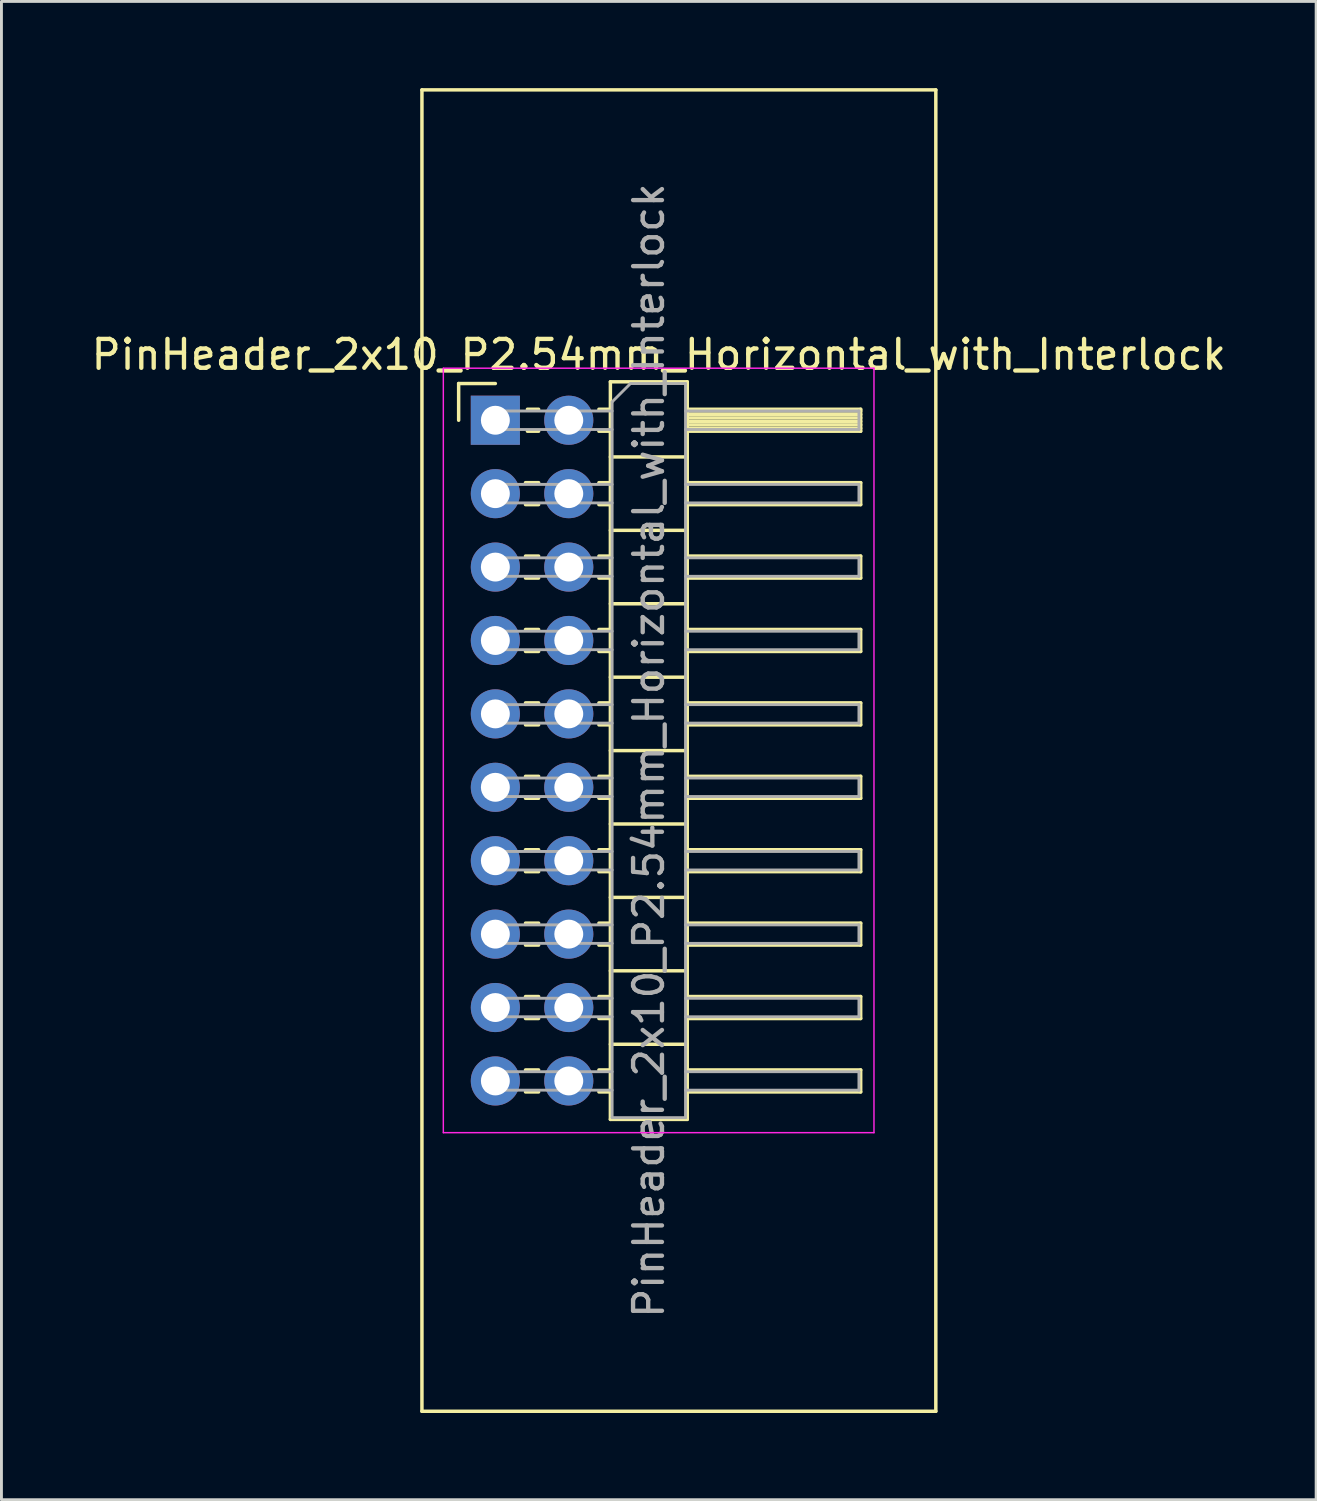
<source format=kicad_pcb>
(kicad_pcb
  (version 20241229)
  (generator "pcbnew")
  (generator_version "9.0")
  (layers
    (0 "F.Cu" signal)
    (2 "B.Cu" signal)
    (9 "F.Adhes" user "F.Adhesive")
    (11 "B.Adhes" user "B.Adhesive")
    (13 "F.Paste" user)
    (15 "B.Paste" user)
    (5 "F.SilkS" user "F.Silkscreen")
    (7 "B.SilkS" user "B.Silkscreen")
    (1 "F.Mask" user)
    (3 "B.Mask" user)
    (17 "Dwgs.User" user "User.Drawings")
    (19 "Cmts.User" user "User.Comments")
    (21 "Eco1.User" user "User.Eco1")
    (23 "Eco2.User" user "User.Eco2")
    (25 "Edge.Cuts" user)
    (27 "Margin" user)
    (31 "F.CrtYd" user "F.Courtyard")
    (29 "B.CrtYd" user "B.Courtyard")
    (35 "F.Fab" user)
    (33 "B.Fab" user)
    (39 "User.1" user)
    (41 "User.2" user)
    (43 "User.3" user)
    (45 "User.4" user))
  (footprint "PinHeader_2x10_P2.54mm_Horizontal_with_Interlock"
    (layer "F.Cu")
    (at 14.089 11.49)
    (property "Reference" "PinHeader_2x10_P2.54mm_Horizontal_with_Interlock" (at 5.655 -2.27 0) (layer "F.SilkS") (effects (font (size 1 1) (thickness 0.15))))
    (attr through_hole)
    (fp_line (start -2.54 -11.43) (end -2.54 34.29) (stroke (width 0.12) (type solid)) (layer "F.SilkS"))
    (fp_line (start -2.54 34.29) (end 15.24 34.29) (stroke (width 0.12) (type solid)) (layer "F.SilkS"))
    (fp_line (start -1.27 -1.27) (end 0 -1.27) (stroke (width 0.12) (type solid)) (layer "F.SilkS"))
    (fp_line (start -1.27 0) (end -1.27 -1.27) (stroke (width 0.12) (type solid)) (layer "F.SilkS"))
    (fp_line (start 1.043 2.16) (end 1.497 2.16) (stroke (width 0.12) (type solid)) (layer "F.SilkS"))
    (fp_line (start 1.043 2.92) (end 1.497 2.92) (stroke (width 0.12) (type solid)) (layer "F.SilkS"))
    (fp_line (start 1.043 4.7) (end 1.497 4.7) (stroke (width 0.12) (type solid)) (layer "F.SilkS"))
    (fp_line (start 1.043 5.46) (end 1.497 5.46) (stroke (width 0.12) (type solid)) (layer "F.SilkS"))
    (fp_line (start 1.043 7.24) (end 1.497 7.24) (stroke (width 0.12) (type solid)) (layer "F.SilkS"))
    (fp_line (start 1.043 8) (end 1.497 8) (stroke (width 0.12) (type solid)) (layer "F.SilkS"))
    (fp_line (start 1.043 9.78) (end 1.497 9.78) (stroke (width 0.12) (type solid)) (layer "F.SilkS"))
    (fp_line (start 1.043 10.54) (end 1.497 10.54) (stroke (width 0.12) (type solid)) (layer "F.SilkS"))
    (fp_line (start 1.043 12.32) (end 1.497 12.32) (stroke (width 0.12) (type solid)) (layer "F.SilkS"))
    (fp_line (start 1.043 13.08) (end 1.497 13.08) (stroke (width 0.12) (type solid)) (layer "F.SilkS"))
    (fp_line (start 1.043 14.86) (end 1.497 14.86) (stroke (width 0.12) (type solid)) (layer "F.SilkS"))
    (fp_line (start 1.043 15.62) (end 1.497 15.62) (stroke (width 0.12) (type solid)) (layer "F.SilkS"))
    (fp_line (start 1.043 17.4) (end 1.497 17.4) (stroke (width 0.12) (type solid)) (layer "F.SilkS"))
    (fp_line (start 1.043 18.16) (end 1.497 18.16) (stroke (width 0.12) (type solid)) (layer "F.SilkS"))
    (fp_line (start 1.043 19.94) (end 1.497 19.94) (stroke (width 0.12) (type solid)) (layer "F.SilkS"))
    (fp_line (start 1.043 20.7) (end 1.497 20.7) (stroke (width 0.12) (type solid)) (layer "F.SilkS"))
    (fp_line (start 1.043 22.48) (end 1.497 22.48) (stroke (width 0.12) (type solid)) (layer "F.SilkS"))
    (fp_line (start 1.043 23.24) (end 1.497 23.24) (stroke (width 0.12) (type solid)) (layer "F.SilkS"))
    (fp_line (start 1.11 -0.38) (end 1.497 -0.38) (stroke (width 0.12) (type solid)) (layer "F.SilkS"))
    (fp_line (start 1.11 0.38) (end 1.497 0.38) (stroke (width 0.12) (type solid)) (layer "F.SilkS"))
    (fp_line (start 3.583 -0.38) (end 3.98 -0.38) (stroke (width 0.12) (type solid)) (layer "F.SilkS"))
    (fp_line (start 3.583 0.38) (end 3.98 0.38) (stroke (width 0.12) (type solid)) (layer "F.SilkS"))
    (fp_line (start 3.583 2.16) (end 3.98 2.16) (stroke (width 0.12) (type solid)) (layer "F.SilkS"))
    (fp_line (start 3.583 2.92) (end 3.98 2.92) (stroke (width 0.12) (type solid)) (layer "F.SilkS"))
    (fp_line (start 3.583 4.7) (end 3.98 4.7) (stroke (width 0.12) (type solid)) (layer "F.SilkS"))
    (fp_line (start 3.583 5.46) (end 3.98 5.46) (stroke (width 0.12) (type solid)) (layer "F.SilkS"))
    (fp_line (start 3.583 7.24) (end 3.98 7.24) (stroke (width 0.12) (type solid)) (layer "F.SilkS"))
    (fp_line (start 3.583 8) (end 3.98 8) (stroke (width 0.12) (type solid)) (layer "F.SilkS"))
    (fp_line (start 3.583 9.78) (end 3.98 9.78) (stroke (width 0.12) (type solid)) (layer "F.SilkS"))
    (fp_line (start 3.583 10.54) (end 3.98 10.54) (stroke (width 0.12) (type solid)) (layer "F.SilkS"))
    (fp_line (start 3.583 12.32) (end 3.98 12.32) (stroke (width 0.12) (type solid)) (layer "F.SilkS"))
    (fp_line (start 3.583 13.08) (end 3.98 13.08) (stroke (width 0.12) (type solid)) (layer "F.SilkS"))
    (fp_line (start 3.583 14.86) (end 3.98 14.86) (stroke (width 0.12) (type solid)) (layer "F.SilkS"))
    (fp_line (start 3.583 15.62) (end 3.98 15.62) (stroke (width 0.12) (type solid)) (layer "F.SilkS"))
    (fp_line (start 3.583 17.4) (end 3.98 17.4) (stroke (width 0.12) (type solid)) (layer "F.SilkS"))
    (fp_line (start 3.583 18.16) (end 3.98 18.16) (stroke (width 0.12) (type solid)) (layer "F.SilkS"))
    (fp_line (start 3.583 19.94) (end 3.98 19.94) (stroke (width 0.12) (type solid)) (layer "F.SilkS"))
    (fp_line (start 3.583 20.7) (end 3.98 20.7) (stroke (width 0.12) (type solid)) (layer "F.SilkS"))
    (fp_line (start 3.583 22.48) (end 3.98 22.48) (stroke (width 0.12) (type solid)) (layer "F.SilkS"))
    (fp_line (start 3.583 23.24) (end 3.98 23.24) (stroke (width 0.12) (type solid)) (layer "F.SilkS"))
    (fp_line (start 3.98 -1.33) (end 3.98 24.19) (stroke (width 0.12) (type solid)) (layer "F.SilkS"))
    (fp_line (start 3.98 1.27) (end 6.64 1.27) (stroke (width 0.12) (type solid)) (layer "F.SilkS"))
    (fp_line (start 3.98 3.81) (end 6.64 3.81) (stroke (width 0.12) (type solid)) (layer "F.SilkS"))
    (fp_line (start 3.98 6.35) (end 6.64 6.35) (stroke (width 0.12) (type solid)) (layer "F.SilkS"))
    (fp_line (start 3.98 8.89) (end 6.64 8.89) (stroke (width 0.12) (type solid)) (layer "F.SilkS"))
    (fp_line (start 3.98 11.43) (end 6.64 11.43) (stroke (width 0.12) (type solid)) (layer "F.SilkS"))
    (fp_line (start 3.98 13.97) (end 6.64 13.97) (stroke (width 0.12) (type solid)) (layer "F.SilkS"))
    (fp_line (start 3.98 16.51) (end 6.64 16.51) (stroke (width 0.12) (type solid)) (layer "F.SilkS"))
    (fp_line (start 3.98 19.05) (end 6.64 19.05) (stroke (width 0.12) (type solid)) (layer "F.SilkS"))
    (fp_line (start 3.98 21.59) (end 6.64 21.59) (stroke (width 0.12) (type solid)) (layer "F.SilkS"))
    (fp_line (start 3.98 24.19) (end 6.64 24.19) (stroke (width 0.12) (type solid)) (layer "F.SilkS"))
    (fp_line (start 6.64 -1.33) (end 3.98 -1.33) (stroke (width 0.12) (type solid)) (layer "F.SilkS"))
    (fp_line (start 6.64 -0.38) (end 12.64 -0.38) (stroke (width 0.12) (type solid)) (layer "F.SilkS"))
    (fp_line (start 6.64 -0.32) (end 12.64 -0.32) (stroke (width 0.12) (type solid)) (layer "F.SilkS"))
    (fp_line (start 6.64 -0.2) (end 12.64 -0.2) (stroke (width 0.12) (type solid)) (layer "F.SilkS"))
    (fp_line (start 6.64 -0.08) (end 12.64 -0.08) (stroke (width 0.12) (type solid)) (layer "F.SilkS"))
    (fp_line (start 6.64 0.04) (end 12.64 0.04) (stroke (width 0.12) (type solid)) (layer "F.SilkS"))
    (fp_line (start 6.64 0.16) (end 12.64 0.16) (stroke (width 0.12) (type solid)) (layer "F.SilkS"))
    (fp_line (start 6.64 0.28) (end 12.64 0.28) (stroke (width 0.12) (type solid)) (layer "F.SilkS"))
    (fp_line (start 6.64 2.16) (end 12.64 2.16) (stroke (width 0.12) (type solid)) (layer "F.SilkS"))
    (fp_line (start 6.64 4.7) (end 12.64 4.7) (stroke (width 0.12) (type solid)) (layer "F.SilkS"))
    (fp_line (start 6.64 7.24) (end 12.64 7.24) (stroke (width 0.12) (type solid)) (layer "F.SilkS"))
    (fp_line (start 6.64 9.78) (end 12.64 9.78) (stroke (width 0.12) (type solid)) (layer "F.SilkS"))
    (fp_line (start 6.64 12.32) (end 12.64 12.32) (stroke (width 0.12) (type solid)) (layer "F.SilkS"))
    (fp_line (start 6.64 14.86) (end 12.64 14.86) (stroke (width 0.12) (type solid)) (layer "F.SilkS"))
    (fp_line (start 6.64 17.4) (end 12.64 17.4) (stroke (width 0.12) (type solid)) (layer "F.SilkS"))
    (fp_line (start 6.64 19.94) (end 12.64 19.94) (stroke (width 0.12) (type solid)) (layer "F.SilkS"))
    (fp_line (start 6.64 22.48) (end 12.64 22.48) (stroke (width 0.12) (type solid)) (layer "F.SilkS"))
    (fp_line (start 6.64 24.19) (end 6.64 -1.33) (stroke (width 0.12) (type solid)) (layer "F.SilkS"))
    (fp_line (start 12.64 -0.38) (end 12.64 0.38) (stroke (width 0.12) (type solid)) (layer "F.SilkS"))
    (fp_line (start 12.64 0.38) (end 6.64 0.38) (stroke (width 0.12) (type solid)) (layer "F.SilkS"))
    (fp_line (start 12.64 2.16) (end 12.64 2.92) (stroke (width 0.12) (type solid)) (layer "F.SilkS"))
    (fp_line (start 12.64 2.92) (end 6.64 2.92) (stroke (width 0.12) (type solid)) (layer "F.SilkS"))
    (fp_line (start 12.64 4.7) (end 12.64 5.46) (stroke (width 0.12) (type solid)) (layer "F.SilkS"))
    (fp_line (start 12.64 5.46) (end 6.64 5.46) (stroke (width 0.12) (type solid)) (layer "F.SilkS"))
    (fp_line (start 12.64 7.24) (end 12.64 8) (stroke (width 0.12) (type solid)) (layer "F.SilkS"))
    (fp_line (start 12.64 8) (end 6.64 8) (stroke (width 0.12) (type solid)) (layer "F.SilkS"))
    (fp_line (start 12.64 9.78) (end 12.64 10.54) (stroke (width 0.12) (type solid)) (layer "F.SilkS"))
    (fp_line (start 12.64 10.54) (end 6.64 10.54) (stroke (width 0.12) (type solid)) (layer "F.SilkS"))
    (fp_line (start 12.64 12.32) (end 12.64 13.08) (stroke (width 0.12) (type solid)) (layer "F.SilkS"))
    (fp_line (start 12.64 13.08) (end 6.64 13.08) (stroke (width 0.12) (type solid)) (layer "F.SilkS"))
    (fp_line (start 12.64 14.86) (end 12.64 15.62) (stroke (width 0.12) (type solid)) (layer "F.SilkS"))
    (fp_line (start 12.64 15.62) (end 6.64 15.62) (stroke (width 0.12) (type solid)) (layer "F.SilkS"))
    (fp_line (start 12.64 17.4) (end 12.64 18.16) (stroke (width 0.12) (type solid)) (layer "F.SilkS"))
    (fp_line (start 12.64 18.16) (end 6.64 18.16) (stroke (width 0.12) (type solid)) (layer "F.SilkS"))
    (fp_line (start 12.64 19.94) (end 12.64 20.7) (stroke (width 0.12) (type solid)) (layer "F.SilkS"))
    (fp_line (start 12.64 20.7) (end 6.64 20.7) (stroke (width 0.12) (type solid)) (layer "F.SilkS"))
    (fp_line (start 12.64 22.48) (end 12.64 23.24) (stroke (width 0.12) (type solid)) (layer "F.SilkS"))
    (fp_line (start 12.64 23.24) (end 6.64 23.24) (stroke (width 0.12) (type solid)) (layer "F.SilkS"))
    (fp_line (start 15.24 -11.43) (end -2.54 -11.43) (stroke (width 0.12) (type solid)) (layer "F.SilkS"))
    (fp_line (start 15.24 -11.43) (end 15.24 34.29) (stroke (width 0.12) (type solid)) (layer "F.SilkS"))
    (fp_line (start -1.8 -1.8) (end -1.8 24.65) (stroke (width 0.05) (type solid)) (layer "F.CrtYd"))
    (fp_line (start -1.8 24.65) (end 13.1 24.65) (stroke (width 0.05) (type solid)) (layer "F.CrtYd"))
    (fp_line (start 13.1 -1.8) (end -1.8 -1.8) (stroke (width 0.05) (type solid)) (layer "F.CrtYd"))
    (fp_line (start 13.1 24.65) (end 13.1 -1.8) (stroke (width 0.05) (type solid)) (layer "F.CrtYd"))
    (fp_line (start -0.32 -0.32) (end -0.32 0.32) (stroke (width 0.1) (type solid)) (layer "F.Fab"))
    (fp_line (start -0.32 -0.32) (end 4.04 -0.32) (stroke (width 0.1) (type solid)) (layer "F.Fab"))
    (fp_line (start -0.32 0.32) (end 4.04 0.32) (stroke (width 0.1) (type solid)) (layer "F.Fab"))
    (fp_line (start -0.32 2.22) (end -0.32 2.86) (stroke (width 0.1) (type solid)) (layer "F.Fab"))
    (fp_line (start -0.32 2.22) (end 4.04 2.22) (stroke (width 0.1) (type solid)) (layer "F.Fab"))
    (fp_line (start -0.32 2.86) (end 4.04 2.86) (stroke (width 0.1) (type solid)) (layer "F.Fab"))
    (fp_line (start -0.32 4.76) (end -0.32 5.4) (stroke (width 0.1) (type solid)) (layer "F.Fab"))
    (fp_line (start -0.32 4.76) (end 4.04 4.76) (stroke (width 0.1) (type solid)) (layer "F.Fab"))
    (fp_line (start -0.32 5.4) (end 4.04 5.4) (stroke (width 0.1) (type solid)) (layer "F.Fab"))
    (fp_line (start -0.32 7.3) (end -0.32 7.94) (stroke (width 0.1) (type solid)) (layer "F.Fab"))
    (fp_line (start -0.32 7.3) (end 4.04 7.3) (stroke (width 0.1) (type solid)) (layer "F.Fab"))
    (fp_line (start -0.32 7.94) (end 4.04 7.94) (stroke (width 0.1) (type solid)) (layer "F.Fab"))
    (fp_line (start -0.32 9.84) (end -0.32 10.48) (stroke (width 0.1) (type solid)) (layer "F.Fab"))
    (fp_line (start -0.32 9.84) (end 4.04 9.84) (stroke (width 0.1) (type solid)) (layer "F.Fab"))
    (fp_line (start -0.32 10.48) (end 4.04 10.48) (stroke (width 0.1) (type solid)) (layer "F.Fab"))
    (fp_line (start -0.32 12.38) (end -0.32 13.02) (stroke (width 0.1) (type solid)) (layer "F.Fab"))
    (fp_line (start -0.32 12.38) (end 4.04 12.38) (stroke (width 0.1) (type solid)) (layer "F.Fab"))
    (fp_line (start -0.32 13.02) (end 4.04 13.02) (stroke (width 0.1) (type solid)) (layer "F.Fab"))
    (fp_line (start -0.32 14.92) (end -0.32 15.56) (stroke (width 0.1) (type solid)) (layer "F.Fab"))
    (fp_line (start -0.32 14.92) (end 4.04 14.92) (stroke (width 0.1) (type solid)) (layer "F.Fab"))
    (fp_line (start -0.32 15.56) (end 4.04 15.56) (stroke (width 0.1) (type solid)) (layer "F.Fab"))
    (fp_line (start -0.32 17.46) (end -0.32 18.1) (stroke (width 0.1) (type solid)) (layer "F.Fab"))
    (fp_line (start -0.32 17.46) (end 4.04 17.46) (stroke (width 0.1) (type solid)) (layer "F.Fab"))
    (fp_line (start -0.32 18.1) (end 4.04 18.1) (stroke (width 0.1) (type solid)) (layer "F.Fab"))
    (fp_line (start -0.32 20) (end -0.32 20.64) (stroke (width 0.1) (type solid)) (layer "F.Fab"))
    (fp_line (start -0.32 20) (end 4.04 20) (stroke (width 0.1) (type solid)) (layer "F.Fab"))
    (fp_line (start -0.32 20.64) (end 4.04 20.64) (stroke (width 0.1) (type solid)) (layer "F.Fab"))
    (fp_line (start -0.32 22.54) (end -0.32 23.18) (stroke (width 0.1) (type solid)) (layer "F.Fab"))
    (fp_line (start -0.32 22.54) (end 4.04 22.54) (stroke (width 0.1) (type solid)) (layer "F.Fab"))
    (fp_line (start -0.32 23.18) (end 4.04 23.18) (stroke (width 0.1) (type solid)) (layer "F.Fab"))
    (fp_line (start 4.04 -0.635) (end 4.675 -1.27) (stroke (width 0.1) (type solid)) (layer "F.Fab"))
    (fp_line (start 4.04 24.13) (end 4.04 -0.635) (stroke (width 0.1) (type solid)) (layer "F.Fab"))
    (fp_line (start 4.675 -1.27) (end 6.58 -1.27) (stroke (width 0.1) (type solid)) (layer "F.Fab"))
    (fp_line (start 6.58 -1.27) (end 6.58 24.13) (stroke (width 0.1) (type solid)) (layer "F.Fab"))
    (fp_line (start 6.58 -0.32) (end 12.58 -0.32) (stroke (width 0.1) (type solid)) (layer "F.Fab"))
    (fp_line (start 6.58 0.32) (end 12.58 0.32) (stroke (width 0.1) (type solid)) (layer "F.Fab"))
    (fp_line (start 6.58 2.22) (end 12.58 2.22) (stroke (width 0.1) (type solid)) (layer "F.Fab"))
    (fp_line (start 6.58 2.86) (end 12.58 2.86) (stroke (width 0.1) (type solid)) (layer "F.Fab"))
    (fp_line (start 6.58 4.76) (end 12.58 4.76) (stroke (width 0.1) (type solid)) (layer "F.Fab"))
    (fp_line (start 6.58 5.4) (end 12.58 5.4) (stroke (width 0.1) (type solid)) (layer "F.Fab"))
    (fp_line (start 6.58 7.3) (end 12.58 7.3) (stroke (width 0.1) (type solid)) (layer "F.Fab"))
    (fp_line (start 6.58 7.94) (end 12.58 7.94) (stroke (width 0.1) (type solid)) (layer "F.Fab"))
    (fp_line (start 6.58 9.84) (end 12.58 9.84) (stroke (width 0.1) (type solid)) (layer "F.Fab"))
    (fp_line (start 6.58 10.48) (end 12.58 10.48) (stroke (width 0.1) (type solid)) (layer "F.Fab"))
    (fp_line (start 6.58 12.38) (end 12.58 12.38) (stroke (width 0.1) (type solid)) (layer "F.Fab"))
    (fp_line (start 6.58 13.02) (end 12.58 13.02) (stroke (width 0.1) (type solid)) (layer "F.Fab"))
    (fp_line (start 6.58 14.92) (end 12.58 14.92) (stroke (width 0.1) (type solid)) (layer "F.Fab"))
    (fp_line (start 6.58 15.56) (end 12.58 15.56) (stroke (width 0.1) (type solid)) (layer "F.Fab"))
    (fp_line (start 6.58 17.46) (end 12.58 17.46) (stroke (width 0.1) (type solid)) (layer "F.Fab"))
    (fp_line (start 6.58 18.1) (end 12.58 18.1) (stroke (width 0.1) (type solid)) (layer "F.Fab"))
    (fp_line (start 6.58 20) (end 12.58 20) (stroke (width 0.1) (type solid)) (layer "F.Fab"))
    (fp_line (start 6.58 20.64) (end 12.58 20.64) (stroke (width 0.1) (type solid)) (layer "F.Fab"))
    (fp_line (start 6.58 22.54) (end 12.58 22.54) (stroke (width 0.1) (type solid)) (layer "F.Fab"))
    (fp_line (start 6.58 23.18) (end 12.58 23.18) (stroke (width 0.1) (type solid)) (layer "F.Fab"))
    (fp_line (start 6.58 24.13) (end 4.04 24.13) (stroke (width 0.1) (type solid)) (layer "F.Fab"))
    (fp_line (start 12.58 -0.32) (end 12.58 0.32) (stroke (width 0.1) (type solid)) (layer "F.Fab"))
    (fp_line (start 12.58 2.22) (end 12.58 2.86) (stroke (width 0.1) (type solid)) (layer "F.Fab"))
    (fp_line (start 12.58 4.76) (end 12.58 5.4) (stroke (width 0.1) (type solid)) (layer "F.Fab"))
    (fp_line (start 12.58 7.3) (end 12.58 7.94) (stroke (width 0.1) (type solid)) (layer "F.Fab"))
    (fp_line (start 12.58 9.84) (end 12.58 10.48) (stroke (width 0.1) (type solid)) (layer "F.Fab"))
    (fp_line (start 12.58 12.38) (end 12.58 13.02) (stroke (width 0.1) (type solid)) (layer "F.Fab"))
    (fp_line (start 12.58 14.92) (end 12.58 15.56) (stroke (width 0.1) (type solid)) (layer "F.Fab"))
    (fp_line (start 12.58 17.46) (end 12.58 18.1) (stroke (width 0.1) (type solid)) (layer "F.Fab"))
    (fp_line (start 12.58 20) (end 12.58 20.64) (stroke (width 0.1) (type solid)) (layer "F.Fab"))
    (fp_line (start 12.58 22.54) (end 12.58 23.18) (stroke (width 0.1) (type solid)) (layer "F.Fab"))
    (fp_text user "${REFERENCE}" (at 5.31 11.43 90) (layer "F.Fab") (effects (font (size 1 1) (thickness 0.15))))
    (pad "1" thru_hole rect (at 0 0) (size 1.7 1.7) (drill 1) (layers "*.Cu" "*.Mask"))
    (pad "2" thru_hole oval (at 2.54 0) (size 1.7 1.7) (drill 1) (layers "*.Cu" "*.Mask"))
    (pad "3" thru_hole oval (at 0 2.54) (size 1.7 1.7) (drill 1) (layers "*.Cu" "*.Mask"))
    (pad "4" thru_hole oval (at 2.54 2.54) (size 1.7 1.7) (drill 1) (layers "*.Cu" "*.Mask"))
    (pad "5" thru_hole oval (at 0 5.08) (size 1.7 1.7) (drill 1) (layers "*.Cu" "*.Mask"))
    (pad "6" thru_hole oval (at 2.54 5.08) (size 1.7 1.7) (drill 1) (layers "*.Cu" "*.Mask"))
    (pad "7" thru_hole oval (at 0 7.62) (size 1.7 1.7) (drill 1) (layers "*.Cu" "*.Mask"))
    (pad "8" thru_hole oval (at 2.54 7.62) (size 1.7 1.7) (drill 1) (layers "*.Cu" "*.Mask"))
    (pad "9" thru_hole oval (at 0 10.16) (size 1.7 1.7) (drill 1) (layers "*.Cu" "*.Mask"))
    (pad "10" thru_hole oval (at 2.54 10.16) (size 1.7 1.7) (drill 1) (layers "*.Cu" "*.Mask"))
    (pad "11" thru_hole oval (at 0 12.7) (size 1.7 1.7) (drill 1) (layers "*.Cu" "*.Mask"))
    (pad "12" thru_hole oval (at 2.54 12.7) (size 1.7 1.7) (drill 1) (layers "*.Cu" "*.Mask"))
    (pad "13" thru_hole oval (at 0 15.24) (size 1.7 1.7) (drill 1) (layers "*.Cu" "*.Mask"))
    (pad "14" thru_hole oval (at 2.54 15.24) (size 1.7 1.7) (drill 1) (layers "*.Cu" "*.Mask"))
    (pad "15" thru_hole oval (at 0 17.78) (size 1.7 1.7) (drill 1) (layers "*.Cu" "*.Mask"))
    (pad "16" thru_hole oval (at 2.54 17.78) (size 1.7 1.7) (drill 1) (layers "*.Cu" "*.Mask"))
    (pad "17" thru_hole oval (at 0 20.32) (size 1.7 1.7) (drill 1) (layers "*.Cu" "*.Mask"))
    (pad "18" thru_hole oval (at 2.54 20.32) (size 1.7 1.7) (drill 1) (layers "*.Cu" "*.Mask"))
    (pad "19" thru_hole oval (at 0 22.86) (size 1.7 1.7) (drill 1) (layers "*.Cu" "*.Mask"))
    (pad "20" thru_hole oval (at 2.54 22.86) (size 1.7 1.7) (drill 1) (layers "*.Cu" "*.Mask")))
  (gr_rect
    (start -3 -3)
    (end 42.488 48.84)
    (stroke (width 0.1) (type default))
    (fill no)
    (layer "Edge.Cuts")))
</source>
